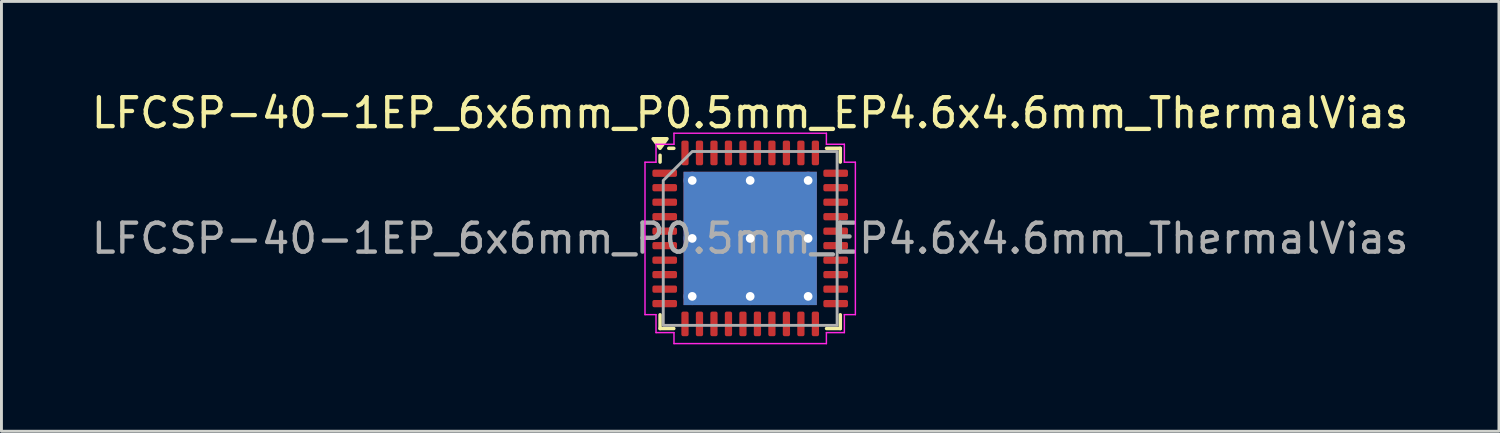
<source format=kicad_pcb>
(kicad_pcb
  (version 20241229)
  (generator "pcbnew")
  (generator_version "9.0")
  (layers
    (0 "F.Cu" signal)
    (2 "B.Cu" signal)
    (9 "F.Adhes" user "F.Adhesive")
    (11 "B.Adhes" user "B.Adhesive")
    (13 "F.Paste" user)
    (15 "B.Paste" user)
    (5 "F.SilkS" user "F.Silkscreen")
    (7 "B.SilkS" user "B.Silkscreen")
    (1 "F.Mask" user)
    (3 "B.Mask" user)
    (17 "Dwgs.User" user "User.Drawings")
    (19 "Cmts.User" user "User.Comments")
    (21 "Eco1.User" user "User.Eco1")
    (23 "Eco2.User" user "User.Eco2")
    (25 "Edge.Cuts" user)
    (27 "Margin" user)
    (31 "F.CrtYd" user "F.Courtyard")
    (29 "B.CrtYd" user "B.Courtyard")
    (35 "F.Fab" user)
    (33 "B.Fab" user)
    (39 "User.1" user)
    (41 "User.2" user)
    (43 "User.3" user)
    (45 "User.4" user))
  (footprint "LFCSP-40-1EP_6x6mm_P0.5mm_EP4.6x4.6mm_ThermalVias"
    (layer "F.Cu")
    (at 22.839 5.178)
    (property "Reference" "LFCSP-40-1EP_6x6mm_P0.5mm_EP4.6x4.6mm_ThermalVias" (at 0 -4.33 0) (layer "F.SilkS") (effects (font (size 1 1) (thickness 0.15))))
    (attr smd)
    (fp_line (start -3.11 -2.635) (end -3.11 -2.87) (stroke (width 0.12) (type solid)) (layer "F.SilkS"))
    (fp_line (start -3.11 3.11) (end -3.11 2.635) (stroke (width 0.12) (type solid)) (layer "F.SilkS"))
    (fp_line (start -2.635 -3.11) (end -2.81 -3.11) (stroke (width 0.12) (type solid)) (layer "F.SilkS"))
    (fp_line (start -2.635 3.11) (end -3.11 3.11) (stroke (width 0.12) (type solid)) (layer "F.SilkS"))
    (fp_line (start 2.635 -3.11) (end 3.11 -3.11) (stroke (width 0.12) (type solid)) (layer "F.SilkS"))
    (fp_line (start 2.635 3.11) (end 3.11 3.11) (stroke (width 0.12) (type solid)) (layer "F.SilkS"))
    (fp_line (start 3.11 -3.11) (end 3.11 -2.635) (stroke (width 0.12) (type solid)) (layer "F.SilkS"))
    (fp_line (start 3.11 3.11) (end 3.11 2.635) (stroke (width 0.12) (type solid)) (layer "F.SilkS"))
    (fp_poly (pts (xy -3.11 -3.11) (xy -3.35 -3.44) (xy -2.87 -3.44)) (stroke (width 0.12) (type solid)) (fill yes) (layer "F.SilkS"))
    (fp_line (start -3.63 -2.63) (end -3.25 -2.63) (stroke (width 0.05) (type solid)) (layer "F.CrtYd"))
    (fp_line (start -3.63 2.63) (end -3.63 -2.63) (stroke (width 0.05) (type solid)) (layer "F.CrtYd"))
    (fp_line (start -3.25 -3.25) (end -2.63 -3.25) (stroke (width 0.05) (type solid)) (layer "F.CrtYd"))
    (fp_line (start -3.25 -2.63) (end -3.25 -3.25) (stroke (width 0.05) (type solid)) (layer "F.CrtYd"))
    (fp_line (start -3.25 2.63) (end -3.63 2.63) (stroke (width 0.05) (type solid)) (layer "F.CrtYd"))
    (fp_line (start -3.25 3.25) (end -3.25 2.63) (stroke (width 0.05) (type solid)) (layer "F.CrtYd"))
    (fp_line (start -2.63 -3.63) (end 2.63 -3.63) (stroke (width 0.05) (type solid)) (layer "F.CrtYd"))
    (fp_line (start -2.63 -3.25) (end -2.63 -3.63) (stroke (width 0.05) (type solid)) (layer "F.CrtYd"))
    (fp_line (start -2.63 3.25) (end -3.25 3.25) (stroke (width 0.05) (type solid)) (layer "F.CrtYd"))
    (fp_line (start -2.63 3.63) (end -2.63 3.25) (stroke (width 0.05) (type solid)) (layer "F.CrtYd"))
    (fp_line (start 2.63 -3.63) (end 2.63 -3.25) (stroke (width 0.05) (type solid)) (layer "F.CrtYd"))
    (fp_line (start 2.63 -3.25) (end 3.25 -3.25) (stroke (width 0.05) (type solid)) (layer "F.CrtYd"))
    (fp_line (start 2.63 3.25) (end 2.63 3.63) (stroke (width 0.05) (type solid)) (layer "F.CrtYd"))
    (fp_line (start 2.63 3.63) (end -2.63 3.63) (stroke (width 0.05) (type solid)) (layer "F.CrtYd"))
    (fp_line (start 3.25 -3.25) (end 3.25 -2.63) (stroke (width 0.05) (type solid)) (layer "F.CrtYd"))
    (fp_line (start 3.25 -2.63) (end 3.63 -2.63) (stroke (width 0.05) (type solid)) (layer "F.CrtYd"))
    (fp_line (start 3.25 2.63) (end 3.25 3.25) (stroke (width 0.05) (type solid)) (layer "F.CrtYd"))
    (fp_line (start 3.25 3.25) (end 2.63 3.25) (stroke (width 0.05) (type solid)) (layer "F.CrtYd"))
    (fp_line (start 3.63 -2.63) (end 3.63 2.63) (stroke (width 0.05) (type solid)) (layer "F.CrtYd"))
    (fp_line (start 3.63 2.63) (end 3.25 2.63) (stroke (width 0.05) (type solid)) (layer "F.CrtYd"))
    (fp_poly (pts (xy -3 -2) (xy -3 3) (xy 3 3) (xy 3 -3) (xy -2 -3)) (stroke (width 0.1) (type solid)) (fill no) (layer "F.Fab"))
    (fp_text user "${REFERENCE}" (at 0 0 0) (layer "F.Fab") (effects (font (size 1 1) (thickness 0.15))))
    (pad "" smd roundrect (at -1.15 -1.15) (size 1.92 1.92) (layers "F.Paste") (roundrect_rratio 0.13))
    (pad "" smd roundrect (at -1.15 1.15) (size 1.92 1.92) (layers "F.Paste") (roundrect_rratio 0.13))
    (pad "" smd roundrect (at 1.15 -1.15) (size 1.92 1.92) (layers "F.Paste") (roundrect_rratio 0.13))
    (pad "" smd roundrect (at 1.15 1.15) (size 1.92 1.92) (layers "F.Paste") (roundrect_rratio 0.13))
    (pad "1" smd roundrect (at -2.95 -2.25) (size 0.85 0.25) (layers "F.Cu" "F.Mask" "F.Paste") (roundrect_rratio 0.25))
    (pad "2" smd roundrect (at -2.95 -1.75) (size 0.85 0.25) (layers "F.Cu" "F.Mask" "F.Paste") (roundrect_rratio 0.25))
    (pad "3" smd roundrect (at -2.95 -1.25) (size 0.85 0.25) (layers "F.Cu" "F.Mask" "F.Paste") (roundrect_rratio 0.25))
    (pad "4" smd roundrect (at -2.95 -0.75) (size 0.85 0.25) (layers "F.Cu" "F.Mask" "F.Paste") (roundrect_rratio 0.25))
    (pad "5" smd roundrect (at -2.95 -0.25) (size 0.85 0.25) (layers "F.Cu" "F.Mask" "F.Paste") (roundrect_rratio 0.25))
    (pad "6" smd roundrect (at -2.95 0.25) (size 0.85 0.25) (layers "F.Cu" "F.Mask" "F.Paste") (roundrect_rratio 0.25))
    (pad "7" smd roundrect (at -2.95 0.75) (size 0.85 0.25) (layers "F.Cu" "F.Mask" "F.Paste") (roundrect_rratio 0.25))
    (pad "8" smd roundrect (at -2.95 1.25) (size 0.85 0.25) (layers "F.Cu" "F.Mask" "F.Paste") (roundrect_rratio 0.25))
    (pad "9" smd roundrect (at -2.95 1.75) (size 0.85 0.25) (layers "F.Cu" "F.Mask" "F.Paste") (roundrect_rratio 0.25))
    (pad "10" smd roundrect (at -2.95 2.25) (size 0.85 0.25) (layers "F.Cu" "F.Mask" "F.Paste") (roundrect_rratio 0.25))
    (pad "11" smd roundrect (at -2.25 2.95) (size 0.25 0.85) (layers "F.Cu" "F.Mask" "F.Paste") (roundrect_rratio 0.25))
    (pad "12" smd roundrect (at -1.75 2.95) (size 0.25 0.85) (layers "F.Cu" "F.Mask" "F.Paste") (roundrect_rratio 0.25))
    (pad "13" smd roundrect (at -1.25 2.95) (size 0.25 0.85) (layers "F.Cu" "F.Mask" "F.Paste") (roundrect_rratio 0.25))
    (pad "14" smd roundrect (at -0.75 2.95) (size 0.25 0.85) (layers "F.Cu" "F.Mask" "F.Paste") (roundrect_rratio 0.25))
    (pad "15" smd roundrect (at -0.25 2.95) (size 0.25 0.85) (layers "F.Cu" "F.Mask" "F.Paste") (roundrect_rratio 0.25))
    (pad "16" smd roundrect (at 0.25 2.95) (size 0.25 0.85) (layers "F.Cu" "F.Mask" "F.Paste") (roundrect_rratio 0.25))
    (pad "17" smd roundrect (at 0.75 2.95) (size 0.25 0.85) (layers "F.Cu" "F.Mask" "F.Paste") (roundrect_rratio 0.25))
    (pad "18" smd roundrect (at 1.25 2.95) (size 0.25 0.85) (layers "F.Cu" "F.Mask" "F.Paste") (roundrect_rratio 0.25))
    (pad "19" smd roundrect (at 1.75 2.95) (size 0.25 0.85) (layers "F.Cu" "F.Mask" "F.Paste") (roundrect_rratio 0.25))
    (pad "20" smd roundrect (at 2.25 2.95) (size 0.25 0.85) (layers "F.Cu" "F.Mask" "F.Paste") (roundrect_rratio 0.25))
    (pad "21" smd roundrect (at 2.95 2.25) (size 0.85 0.25) (layers "F.Cu" "F.Mask" "F.Paste") (roundrect_rratio 0.25))
    (pad "22" smd roundrect (at 2.95 1.75) (size 0.85 0.25) (layers "F.Cu" "F.Mask" "F.Paste") (roundrect_rratio 0.25))
    (pad "23" smd roundrect (at 2.95 1.25) (size 0.85 0.25) (layers "F.Cu" "F.Mask" "F.Paste") (roundrect_rratio 0.25))
    (pad "24" smd roundrect (at 2.95 0.75) (size 0.85 0.25) (layers "F.Cu" "F.Mask" "F.Paste") (roundrect_rratio 0.25))
    (pad "25" smd roundrect (at 2.95 0.25) (size 0.85 0.25) (layers "F.Cu" "F.Mask" "F.Paste") (roundrect_rratio 0.25))
    (pad "26" smd roundrect (at 2.95 -0.25) (size 0.85 0.25) (layers "F.Cu" "F.Mask" "F.Paste") (roundrect_rratio 0.25))
    (pad "27" smd roundrect (at 2.95 -0.75) (size 0.85 0.25) (layers "F.Cu" "F.Mask" "F.Paste") (roundrect_rratio 0.25))
    (pad "28" smd roundrect (at 2.95 -1.25) (size 0.85 0.25) (layers "F.Cu" "F.Mask" "F.Paste") (roundrect_rratio 0.25))
    (pad "29" smd roundrect (at 2.95 -1.75) (size 0.85 0.25) (layers "F.Cu" "F.Mask" "F.Paste") (roundrect_rratio 0.25))
    (pad "30" smd roundrect (at 2.95 -2.25) (size 0.85 0.25) (layers "F.Cu" "F.Mask" "F.Paste") (roundrect_rratio 0.25))
    (pad "31" smd roundrect (at 2.25 -2.95) (size 0.25 0.85) (layers "F.Cu" "F.Mask" "F.Paste") (roundrect_rratio 0.25))
    (pad "32" smd roundrect (at 1.75 -2.95) (size 0.25 0.85) (layers "F.Cu" "F.Mask" "F.Paste") (roundrect_rratio 0.25))
    (pad "33" smd roundrect (at 1.25 -2.95) (size 0.25 0.85) (layers "F.Cu" "F.Mask" "F.Paste") (roundrect_rratio 0.25))
    (pad "34" smd roundrect (at 0.75 -2.95) (size 0.25 0.85) (layers "F.Cu" "F.Mask" "F.Paste") (roundrect_rratio 0.25))
    (pad "35" smd roundrect (at 0.25 -2.95) (size 0.25 0.85) (layers "F.Cu" "F.Mask" "F.Paste") (roundrect_rratio 0.25))
    (pad "36" smd roundrect (at -0.25 -2.95) (size 0.25 0.85) (layers "F.Cu" "F.Mask" "F.Paste") (roundrect_rratio 0.25))
    (pad "37" smd roundrect (at -0.75 -2.95) (size 0.25 0.85) (layers "F.Cu" "F.Mask" "F.Paste") (roundrect_rratio 0.25))
    (pad "38" smd roundrect (at -1.25 -2.95) (size 0.25 0.85) (layers "F.Cu" "F.Mask" "F.Paste") (roundrect_rratio 0.25))
    (pad "39" smd roundrect (at -1.75 -2.95) (size 0.25 0.85) (layers "F.Cu" "F.Mask" "F.Paste") (roundrect_rratio 0.25))
    (pad "40" smd roundrect (at -2.25 -2.95) (size 0.25 0.85) (layers "F.Cu" "F.Mask" "F.Paste") (roundrect_rratio 0.25))
    (pad "41" thru_hole circle (at -2 -2) (size 0.6 0.6) (drill 0.3) (property pad_prop_heatsink) (layers "*.Cu"))
    (pad "41" thru_hole circle (at -2 0) (size 0.6 0.6) (drill 0.3) (property pad_prop_heatsink) (layers "*.Cu"))
    (pad "41" thru_hole circle (at -2 2) (size 0.6 0.6) (drill 0.3) (property pad_prop_heatsink) (layers "*.Cu"))
    (pad "41" thru_hole circle (at 0 -2) (size 0.6 0.6) (drill 0.3) (property pad_prop_heatsink) (layers "*.Cu"))
    (pad "41" thru_hole circle (at 0 0) (size 0.6 0.6) (drill 0.3) (property pad_prop_heatsink) (layers "*.Cu"))
    (pad "41" smd rect (at 0 0) (size 4.6 4.6) (property pad_prop_heatsink) (layers "F.Cu" "F.Mask"))
    (pad "41" smd rect (at 0 0) (size 4.6 4.6) (property pad_prop_heatsink) (layers "B.Cu"))
    (pad "41" thru_hole circle (at 0 2) (size 0.6 0.6) (drill 0.3) (property pad_prop_heatsink) (layers "*.Cu"))
    (pad "41" thru_hole circle (at 2 -2) (size 0.6 0.6) (drill 0.3) (property pad_prop_heatsink) (layers "*.Cu"))
    (pad "41" thru_hole circle (at 2 0) (size 0.6 0.6) (drill 0.3) (property pad_prop_heatsink) (layers "*.Cu"))
    (pad "41" thru_hole circle (at 2 2) (size 0.6 0.6) (drill 0.3) (property pad_prop_heatsink) (layers "*.Cu")))
  (gr_rect
    (start -3 -3)
    (end 48.679 11.833)
    (stroke (width 0.1) (type default))
    (fill no)
    (layer "Edge.Cuts")))
</source>
